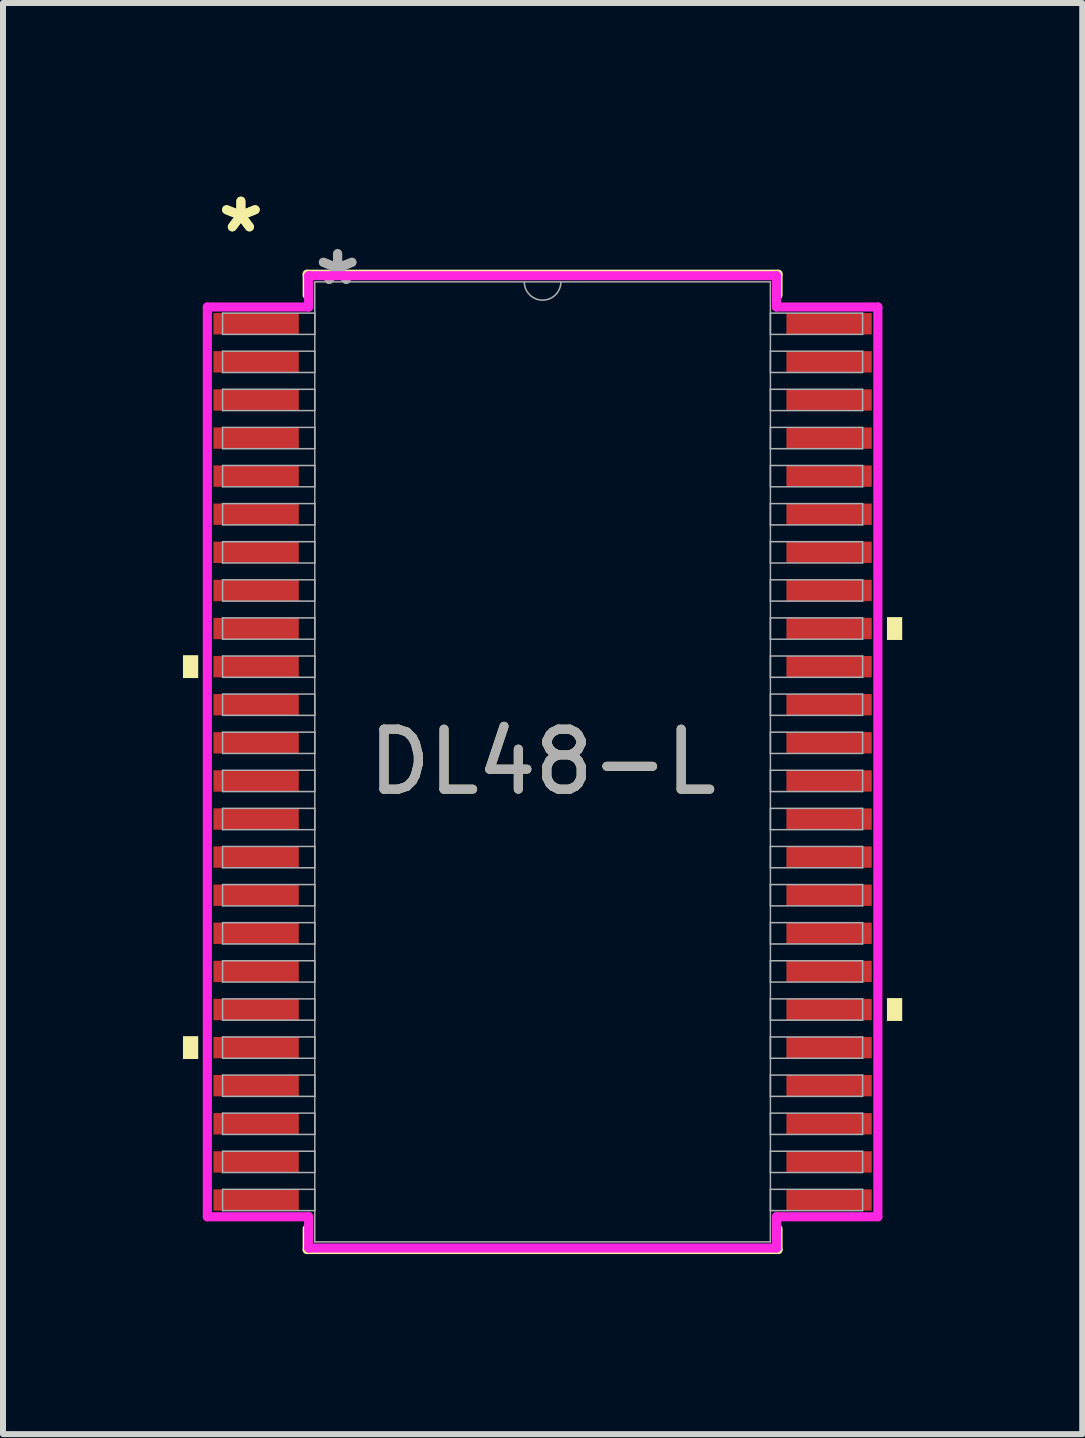
<source format=kicad_pcb>
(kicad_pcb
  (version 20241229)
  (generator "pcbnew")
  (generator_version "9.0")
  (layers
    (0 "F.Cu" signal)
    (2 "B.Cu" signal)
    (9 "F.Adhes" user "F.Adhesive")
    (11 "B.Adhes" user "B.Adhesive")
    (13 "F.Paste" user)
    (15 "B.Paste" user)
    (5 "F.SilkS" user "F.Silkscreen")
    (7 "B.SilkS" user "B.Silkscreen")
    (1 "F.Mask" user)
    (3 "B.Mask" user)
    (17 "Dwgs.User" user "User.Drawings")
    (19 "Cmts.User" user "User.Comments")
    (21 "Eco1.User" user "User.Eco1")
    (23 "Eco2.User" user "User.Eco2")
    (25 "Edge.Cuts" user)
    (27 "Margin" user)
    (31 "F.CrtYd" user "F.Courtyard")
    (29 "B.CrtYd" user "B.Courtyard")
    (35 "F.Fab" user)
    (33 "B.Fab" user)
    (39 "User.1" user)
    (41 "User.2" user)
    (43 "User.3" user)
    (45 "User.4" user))
  (footprint "DL48-L"
    (layer "F.Cu")
    (at 5.994 9.649)
    (property "Reference" "DL48-L" (at 0 0 0) (unlocked yes) (layer "F.SilkS") (effects (font (size 1 1) (thickness 0.15))))
    (attr smd)
    (fp_line (start -3.924 -8.128) (end -3.924 -7.782) (stroke (width 0.152) (type solid)) (layer "F.SilkS"))
    (fp_line (start -3.924 7.782) (end -3.924 8.128) (stroke (width 0.152) (type solid)) (layer "F.SilkS"))
    (fp_line (start -3.924 8.128) (end 3.924 8.128) (stroke (width 0.152) (type solid)) (layer "F.SilkS"))
    (fp_line (start 3.924 -8.128) (end -3.924 -8.128) (stroke (width 0.152) (type solid)) (layer "F.SilkS"))
    (fp_line (start 3.924 -7.782) (end 3.924 -8.128) (stroke (width 0.152) (type solid)) (layer "F.SilkS"))
    (fp_line (start 3.924 8.128) (end 3.924 7.782) (stroke (width 0.152) (type solid)) (layer "F.SilkS"))
    (fp_poly (pts (xy -5.994 -1.778) (xy -5.994 -1.397) (xy -5.74 -1.397) (xy -5.74 -1.778)) (stroke (width 0) (type solid)) (fill yes) (layer "F.SilkS"))
    (fp_poly (pts (xy -5.994 4.572) (xy -5.994 4.953) (xy -5.74 4.953) (xy -5.74 4.572)) (stroke (width 0) (type solid)) (fill yes) (layer "F.SilkS"))
    (fp_poly (pts (xy 5.994 -2.413) (xy 5.994 -2.032) (xy 5.74 -2.032) (xy 5.74 -2.413)) (stroke (width 0) (type solid)) (fill yes) (layer "F.SilkS"))
    (fp_poly (pts (xy 5.994 3.937) (xy 5.994 4.318) (xy 5.74 4.318) (xy 5.74 3.937)) (stroke (width 0) (type solid)) (fill yes) (layer "F.SilkS"))
    (fp_line (start -5.588 -7.582) (end -3.899 -7.582) (stroke (width 0.152) (type solid)) (layer "F.CrtYd"))
    (fp_line (start -5.588 7.582) (end -5.588 -7.582) (stroke (width 0.152) (type solid)) (layer "F.CrtYd"))
    (fp_line (start -5.588 7.582) (end -3.899 7.582) (stroke (width 0.152) (type solid)) (layer "F.CrtYd"))
    (fp_line (start -3.899 -8.103) (end 3.899 -8.103) (stroke (width 0.152) (type solid)) (layer "F.CrtYd"))
    (fp_line (start -3.899 -7.582) (end -3.899 -8.103) (stroke (width 0.152) (type solid)) (layer "F.CrtYd"))
    (fp_line (start -3.899 8.103) (end -3.899 7.582) (stroke (width 0.152) (type solid)) (layer "F.CrtYd"))
    (fp_line (start 3.899 -8.103) (end 3.899 -7.582) (stroke (width 0.152) (type solid)) (layer "F.CrtYd"))
    (fp_line (start 3.899 7.582) (end 3.899 8.103) (stroke (width 0.152) (type solid)) (layer "F.CrtYd"))
    (fp_line (start 3.899 8.103) (end -3.899 8.103) (stroke (width 0.152) (type solid)) (layer "F.CrtYd"))
    (fp_line (start 5.588 -7.582) (end 3.899 -7.582) (stroke (width 0.152) (type solid)) (layer "F.CrtYd"))
    (fp_line (start 5.588 -7.582) (end 5.588 7.582) (stroke (width 0.152) (type solid)) (layer "F.CrtYd"))
    (fp_line (start 5.588 7.582) (end 3.899 7.582) (stroke (width 0.152) (type solid)) (layer "F.CrtYd"))
    (fp_line (start -5.334 -7.48) (end -5.334 -7.125) (stroke (width 0.025) (type solid)) (layer "F.Fab"))
    (fp_line (start -5.334 -7.125) (end -3.797 -7.125) (stroke (width 0.025) (type solid)) (layer "F.Fab"))
    (fp_line (start -5.334 -6.845) (end -5.334 -6.49) (stroke (width 0.025) (type solid)) (layer "F.Fab"))
    (fp_line (start -5.334 -6.49) (end -3.797 -6.49) (stroke (width 0.025) (type solid)) (layer "F.Fab"))
    (fp_line (start -5.334 -6.21) (end -5.334 -5.855) (stroke (width 0.025) (type solid)) (layer "F.Fab"))
    (fp_line (start -5.334 -5.855) (end -3.797 -5.855) (stroke (width 0.025) (type solid)) (layer "F.Fab"))
    (fp_line (start -5.334 -5.575) (end -5.334 -5.22) (stroke (width 0.025) (type solid)) (layer "F.Fab"))
    (fp_line (start -5.334 -5.22) (end -3.797 -5.22) (stroke (width 0.025) (type solid)) (layer "F.Fab"))
    (fp_line (start -5.334 -4.94) (end -5.334 -4.585) (stroke (width 0.025) (type solid)) (layer "F.Fab"))
    (fp_line (start -5.334 -4.585) (end -3.797 -4.585) (stroke (width 0.025) (type solid)) (layer "F.Fab"))
    (fp_line (start -5.334 -4.305) (end -5.334 -3.95) (stroke (width 0.025) (type solid)) (layer "F.Fab"))
    (fp_line (start -5.334 -3.95) (end -3.797 -3.95) (stroke (width 0.025) (type solid)) (layer "F.Fab"))
    (fp_line (start -5.334 -3.67) (end -5.334 -3.315) (stroke (width 0.025) (type solid)) (layer "F.Fab"))
    (fp_line (start -5.334 -3.315) (end -3.797 -3.315) (stroke (width 0.025) (type solid)) (layer "F.Fab"))
    (fp_line (start -5.334 -3.035) (end -5.334 -2.68) (stroke (width 0.025) (type solid)) (layer "F.Fab"))
    (fp_line (start -5.334 -2.68) (end -3.797 -2.68) (stroke (width 0.025) (type solid)) (layer "F.Fab"))
    (fp_line (start -5.334 -2.4) (end -5.334 -2.045) (stroke (width 0.025) (type solid)) (layer "F.Fab"))
    (fp_line (start -5.334 -2.045) (end -3.797 -2.045) (stroke (width 0.025) (type solid)) (layer "F.Fab"))
    (fp_line (start -5.334 -1.765) (end -5.334 -1.41) (stroke (width 0.025) (type solid)) (layer "F.Fab"))
    (fp_line (start -5.334 -1.41) (end -3.797 -1.41) (stroke (width 0.025) (type solid)) (layer "F.Fab"))
    (fp_line (start -5.334 -1.13) (end -5.334 -0.775) (stroke (width 0.025) (type solid)) (layer "F.Fab"))
    (fp_line (start -5.334 -0.775) (end -3.797 -0.775) (stroke (width 0.025) (type solid)) (layer "F.Fab"))
    (fp_line (start -5.334 -0.495) (end -5.334 -0.14) (stroke (width 0.025) (type solid)) (layer "F.Fab"))
    (fp_line (start -5.334 -0.14) (end -3.797 -0.14) (stroke (width 0.025) (type solid)) (layer "F.Fab"))
    (fp_line (start -5.334 0.14) (end -5.334 0.495) (stroke (width 0.025) (type solid)) (layer "F.Fab"))
    (fp_line (start -5.334 0.495) (end -3.797 0.495) (stroke (width 0.025) (type solid)) (layer "F.Fab"))
    (fp_line (start -5.334 0.775) (end -5.334 1.13) (stroke (width 0.025) (type solid)) (layer "F.Fab"))
    (fp_line (start -5.334 1.13) (end -3.797 1.13) (stroke (width 0.025) (type solid)) (layer "F.Fab"))
    (fp_line (start -5.334 1.41) (end -5.334 1.765) (stroke (width 0.025) (type solid)) (layer "F.Fab"))
    (fp_line (start -5.334 1.765) (end -3.797 1.765) (stroke (width 0.025) (type solid)) (layer "F.Fab"))
    (fp_line (start -5.334 2.045) (end -5.334 2.4) (stroke (width 0.025) (type solid)) (layer "F.Fab"))
    (fp_line (start -5.334 2.4) (end -3.797 2.4) (stroke (width 0.025) (type solid)) (layer "F.Fab"))
    (fp_line (start -5.334 2.68) (end -5.334 3.035) (stroke (width 0.025) (type solid)) (layer "F.Fab"))
    (fp_line (start -5.334 3.035) (end -3.797 3.035) (stroke (width 0.025) (type solid)) (layer "F.Fab"))
    (fp_line (start -5.334 3.315) (end -5.334 3.67) (stroke (width 0.025) (type solid)) (layer "F.Fab"))
    (fp_line (start -5.334 3.67) (end -3.797 3.67) (stroke (width 0.025) (type solid)) (layer "F.Fab"))
    (fp_line (start -5.334 3.95) (end -5.334 4.305) (stroke (width 0.025) (type solid)) (layer "F.Fab"))
    (fp_line (start -5.334 4.305) (end -3.797 4.305) (stroke (width 0.025) (type solid)) (layer "F.Fab"))
    (fp_line (start -5.334 4.585) (end -5.334 4.94) (stroke (width 0.025) (type solid)) (layer "F.Fab"))
    (fp_line (start -5.334 4.94) (end -3.797 4.94) (stroke (width 0.025) (type solid)) (layer "F.Fab"))
    (fp_line (start -5.334 5.22) (end -5.334 5.575) (stroke (width 0.025) (type solid)) (layer "F.Fab"))
    (fp_line (start -5.334 5.575) (end -3.797 5.575) (stroke (width 0.025) (type solid)) (layer "F.Fab"))
    (fp_line (start -5.334 5.855) (end -5.334 6.21) (stroke (width 0.025) (type solid)) (layer "F.Fab"))
    (fp_line (start -5.334 6.21) (end -3.797 6.21) (stroke (width 0.025) (type solid)) (layer "F.Fab"))
    (fp_line (start -5.334 6.49) (end -5.334 6.845) (stroke (width 0.025) (type solid)) (layer "F.Fab"))
    (fp_line (start -5.334 6.845) (end -3.797 6.845) (stroke (width 0.025) (type solid)) (layer "F.Fab"))
    (fp_line (start -5.334 7.125) (end -5.334 7.48) (stroke (width 0.025) (type solid)) (layer "F.Fab"))
    (fp_line (start -5.334 7.48) (end -3.797 7.48) (stroke (width 0.025) (type solid)) (layer "F.Fab"))
    (fp_line (start -3.797 -8.001) (end -3.797 8.001) (stroke (width 0.025) (type solid)) (layer "F.Fab"))
    (fp_line (start -3.797 -7.48) (end -5.334 -7.48) (stroke (width 0.025) (type solid)) (layer "F.Fab"))
    (fp_line (start -3.797 -7.125) (end -3.797 -7.48) (stroke (width 0.025) (type solid)) (layer "F.Fab"))
    (fp_line (start -3.797 -6.845) (end -5.334 -6.845) (stroke (width 0.025) (type solid)) (layer "F.Fab"))
    (fp_line (start -3.797 -6.49) (end -3.797 -6.845) (stroke (width 0.025) (type solid)) (layer "F.Fab"))
    (fp_line (start -3.797 -6.21) (end -5.334 -6.21) (stroke (width 0.025) (type solid)) (layer "F.Fab"))
    (fp_line (start -3.797 -5.855) (end -3.797 -6.21) (stroke (width 0.025) (type solid)) (layer "F.Fab"))
    (fp_line (start -3.797 -5.575) (end -5.334 -5.575) (stroke (width 0.025) (type solid)) (layer "F.Fab"))
    (fp_line (start -3.797 -5.22) (end -3.797 -5.575) (stroke (width 0.025) (type solid)) (layer "F.Fab"))
    (fp_line (start -3.797 -4.94) (end -5.334 -4.94) (stroke (width 0.025) (type solid)) (layer "F.Fab"))
    (fp_line (start -3.797 -4.585) (end -3.797 -4.94) (stroke (width 0.025) (type solid)) (layer "F.Fab"))
    (fp_line (start -3.797 -4.305) (end -5.334 -4.305) (stroke (width 0.025) (type solid)) (layer "F.Fab"))
    (fp_line (start -3.797 -3.95) (end -3.797 -4.305) (stroke (width 0.025) (type solid)) (layer "F.Fab"))
    (fp_line (start -3.797 -3.67) (end -5.334 -3.67) (stroke (width 0.025) (type solid)) (layer "F.Fab"))
    (fp_line (start -3.797 -3.315) (end -3.797 -3.67) (stroke (width 0.025) (type solid)) (layer "F.Fab"))
    (fp_line (start -3.797 -3.035) (end -5.334 -3.035) (stroke (width 0.025) (type solid)) (layer "F.Fab"))
    (fp_line (start -3.797 -2.68) (end -3.797 -3.035) (stroke (width 0.025) (type solid)) (layer "F.Fab"))
    (fp_line (start -3.797 -2.4) (end -5.334 -2.4) (stroke (width 0.025) (type solid)) (layer "F.Fab"))
    (fp_line (start -3.797 -2.045) (end -3.797 -2.4) (stroke (width 0.025) (type solid)) (layer "F.Fab"))
    (fp_line (start -3.797 -1.765) (end -5.334 -1.765) (stroke (width 0.025) (type solid)) (layer "F.Fab"))
    (fp_line (start -3.797 -1.41) (end -3.797 -1.765) (stroke (width 0.025) (type solid)) (layer "F.Fab"))
    (fp_line (start -3.797 -1.13) (end -5.334 -1.13) (stroke (width 0.025) (type solid)) (layer "F.Fab"))
    (fp_line (start -3.797 -0.775) (end -3.797 -1.13) (stroke (width 0.025) (type solid)) (layer "F.Fab"))
    (fp_line (start -3.797 -0.495) (end -5.334 -0.495) (stroke (width 0.025) (type solid)) (layer "F.Fab"))
    (fp_line (start -3.797 -0.14) (end -3.797 -0.495) (stroke (width 0.025) (type solid)) (layer "F.Fab"))
    (fp_line (start -3.797 0.14) (end -5.334 0.14) (stroke (width 0.025) (type solid)) (layer "F.Fab"))
    (fp_line (start -3.797 0.495) (end -3.797 0.14) (stroke (width 0.025) (type solid)) (layer "F.Fab"))
    (fp_line (start -3.797 0.775) (end -5.334 0.775) (stroke (width 0.025) (type solid)) (layer "F.Fab"))
    (fp_line (start -3.797 1.13) (end -3.797 0.775) (stroke (width 0.025) (type solid)) (layer "F.Fab"))
    (fp_line (start -3.797 1.41) (end -5.334 1.41) (stroke (width 0.025) (type solid)) (layer "F.Fab"))
    (fp_line (start -3.797 1.765) (end -3.797 1.41) (stroke (width 0.025) (type solid)) (layer "F.Fab"))
    (fp_line (start -3.797 2.045) (end -5.334 2.045) (stroke (width 0.025) (type solid)) (layer "F.Fab"))
    (fp_line (start -3.797 2.4) (end -3.797 2.045) (stroke (width 0.025) (type solid)) (layer "F.Fab"))
    (fp_line (start -3.797 2.68) (end -5.334 2.68) (stroke (width 0.025) (type solid)) (layer "F.Fab"))
    (fp_line (start -3.797 3.035) (end -3.797 2.68) (stroke (width 0.025) (type solid)) (layer "F.Fab"))
    (fp_line (start -3.797 3.315) (end -5.334 3.315) (stroke (width 0.025) (type solid)) (layer "F.Fab"))
    (fp_line (start -3.797 3.67) (end -3.797 3.315) (stroke (width 0.025) (type solid)) (layer "F.Fab"))
    (fp_line (start -3.797 3.95) (end -5.334 3.95) (stroke (width 0.025) (type solid)) (layer "F.Fab"))
    (fp_line (start -3.797 4.305) (end -3.797 3.95) (stroke (width 0.025) (type solid)) (layer "F.Fab"))
    (fp_line (start -3.797 4.585) (end -5.334 4.585) (stroke (width 0.025) (type solid)) (layer "F.Fab"))
    (fp_line (start -3.797 4.94) (end -3.797 4.585) (stroke (width 0.025) (type solid)) (layer "F.Fab"))
    (fp_line (start -3.797 5.22) (end -5.334 5.22) (stroke (width 0.025) (type solid)) (layer "F.Fab"))
    (fp_line (start -3.797 5.575) (end -3.797 5.22) (stroke (width 0.025) (type solid)) (layer "F.Fab"))
    (fp_line (start -3.797 5.855) (end -5.334 5.855) (stroke (width 0.025) (type solid)) (layer "F.Fab"))
    (fp_line (start -3.797 6.21) (end -3.797 5.855) (stroke (width 0.025) (type solid)) (layer "F.Fab"))
    (fp_line (start -3.797 6.49) (end -5.334 6.49) (stroke (width 0.025) (type solid)) (layer "F.Fab"))
    (fp_line (start -3.797 6.845) (end -3.797 6.49) (stroke (width 0.025) (type solid)) (layer "F.Fab"))
    (fp_line (start -3.797 7.125) (end -5.334 7.125) (stroke (width 0.025) (type solid)) (layer "F.Fab"))
    (fp_line (start -3.797 7.48) (end -3.797 7.125) (stroke (width 0.025) (type solid)) (layer "F.Fab"))
    (fp_line (start -3.797 8.001) (end 3.797 8.001) (stroke (width 0.025) (type solid)) (layer "F.Fab"))
    (fp_line (start 3.797 -8.001) (end -3.797 -8.001) (stroke (width 0.025) (type solid)) (layer "F.Fab"))
    (fp_line (start 3.797 -7.48) (end 3.797 -7.125) (stroke (width 0.025) (type solid)) (layer "F.Fab"))
    (fp_line (start 3.797 -7.125) (end 5.334 -7.125) (stroke (width 0.025) (type solid)) (layer "F.Fab"))
    (fp_line (start 3.797 -6.845) (end 3.797 -6.49) (stroke (width 0.025) (type solid)) (layer "F.Fab"))
    (fp_line (start 3.797 -6.49) (end 5.334 -6.49) (stroke (width 0.025) (type solid)) (layer "F.Fab"))
    (fp_line (start 3.797 -6.21) (end 3.797 -5.855) (stroke (width 0.025) (type solid)) (layer "F.Fab"))
    (fp_line (start 3.797 -5.855) (end 5.334 -5.855) (stroke (width 0.025) (type solid)) (layer "F.Fab"))
    (fp_line (start 3.797 -5.575) (end 3.797 -5.22) (stroke (width 0.025) (type solid)) (layer "F.Fab"))
    (fp_line (start 3.797 -5.22) (end 5.334 -5.22) (stroke (width 0.025) (type solid)) (layer "F.Fab"))
    (fp_line (start 3.797 -4.94) (end 3.797 -4.585) (stroke (width 0.025) (type solid)) (layer "F.Fab"))
    (fp_line (start 3.797 -4.585) (end 5.334 -4.585) (stroke (width 0.025) (type solid)) (layer "F.Fab"))
    (fp_line (start 3.797 -4.305) (end 3.797 -3.95) (stroke (width 0.025) (type solid)) (layer "F.Fab"))
    (fp_line (start 3.797 -3.95) (end 5.334 -3.95) (stroke (width 0.025) (type solid)) (layer "F.Fab"))
    (fp_line (start 3.797 -3.67) (end 3.797 -3.315) (stroke (width 0.025) (type solid)) (layer "F.Fab"))
    (fp_line (start 3.797 -3.315) (end 5.334 -3.315) (stroke (width 0.025) (type solid)) (layer "F.Fab"))
    (fp_line (start 3.797 -3.035) (end 3.797 -2.68) (stroke (width 0.025) (type solid)) (layer "F.Fab"))
    (fp_line (start 3.797 -2.68) (end 5.334 -2.68) (stroke (width 0.025) (type solid)) (layer "F.Fab"))
    (fp_line (start 3.797 -2.4) (end 3.797 -2.045) (stroke (width 0.025) (type solid)) (layer "F.Fab"))
    (fp_line (start 3.797 -2.045) (end 5.334 -2.045) (stroke (width 0.025) (type solid)) (layer "F.Fab"))
    (fp_line (start 3.797 -1.765) (end 3.797 -1.41) (stroke (width 0.025) (type solid)) (layer "F.Fab"))
    (fp_line (start 3.797 -1.41) (end 5.334 -1.41) (stroke (width 0.025) (type solid)) (layer "F.Fab"))
    (fp_line (start 3.797 -1.13) (end 3.797 -0.775) (stroke (width 0.025) (type solid)) (layer "F.Fab"))
    (fp_line (start 3.797 -0.775) (end 5.334 -0.775) (stroke (width 0.025) (type solid)) (layer "F.Fab"))
    (fp_line (start 3.797 -0.495) (end 3.797 -0.14) (stroke (width 0.025) (type solid)) (layer "F.Fab"))
    (fp_line (start 3.797 -0.14) (end 5.334 -0.14) (stroke (width 0.025) (type solid)) (layer "F.Fab"))
    (fp_line (start 3.797 0.14) (end 3.797 0.495) (stroke (width 0.025) (type solid)) (layer "F.Fab"))
    (fp_line (start 3.797 0.495) (end 5.334 0.495) (stroke (width 0.025) (type solid)) (layer "F.Fab"))
    (fp_line (start 3.797 0.775) (end 3.797 1.13) (stroke (width 0.025) (type solid)) (layer "F.Fab"))
    (fp_line (start 3.797 1.13) (end 5.334 1.13) (stroke (width 0.025) (type solid)) (layer "F.Fab"))
    (fp_line (start 3.797 1.41) (end 3.797 1.765) (stroke (width 0.025) (type solid)) (layer "F.Fab"))
    (fp_line (start 3.797 1.765) (end 5.334 1.765) (stroke (width 0.025) (type solid)) (layer "F.Fab"))
    (fp_line (start 3.797 2.045) (end 3.797 2.4) (stroke (width 0.025) (type solid)) (layer "F.Fab"))
    (fp_line (start 3.797 2.4) (end 5.334 2.4) (stroke (width 0.025) (type solid)) (layer "F.Fab"))
    (fp_line (start 3.797 2.68) (end 3.797 3.035) (stroke (width 0.025) (type solid)) (layer "F.Fab"))
    (fp_line (start 3.797 3.035) (end 5.334 3.035) (stroke (width 0.025) (type solid)) (layer "F.Fab"))
    (fp_line (start 3.797 3.315) (end 3.797 3.67) (stroke (width 0.025) (type solid)) (layer "F.Fab"))
    (fp_line (start 3.797 3.67) (end 5.334 3.67) (stroke (width 0.025) (type solid)) (layer "F.Fab"))
    (fp_line (start 3.797 3.95) (end 3.797 4.305) (stroke (width 0.025) (type solid)) (layer "F.Fab"))
    (fp_line (start 3.797 4.305) (end 5.334 4.305) (stroke (width 0.025) (type solid)) (layer "F.Fab"))
    (fp_line (start 3.797 4.585) (end 3.797 4.94) (stroke (width 0.025) (type solid)) (layer "F.Fab"))
    (fp_line (start 3.797 4.94) (end 5.334 4.94) (stroke (width 0.025) (type solid)) (layer "F.Fab"))
    (fp_line (start 3.797 5.22) (end 3.797 5.575) (stroke (width 0.025) (type solid)) (layer "F.Fab"))
    (fp_line (start 3.797 5.575) (end 5.334 5.575) (stroke (width 0.025) (type solid)) (layer "F.Fab"))
    (fp_line (start 3.797 5.855) (end 3.797 6.21) (stroke (width 0.025) (type solid)) (layer "F.Fab"))
    (fp_line (start 3.797 6.21) (end 5.334 6.21) (stroke (width 0.025) (type solid)) (layer "F.Fab"))
    (fp_line (start 3.797 6.49) (end 3.797 6.845) (stroke (width 0.025) (type solid)) (layer "F.Fab"))
    (fp_line (start 3.797 6.845) (end 5.334 6.845) (stroke (width 0.025) (type solid)) (layer "F.Fab"))
    (fp_line (start 3.797 7.125) (end 3.797 7.48) (stroke (width 0.025) (type solid)) (layer "F.Fab"))
    (fp_line (start 3.797 7.48) (end 5.334 7.48) (stroke (width 0.025) (type solid)) (layer "F.Fab"))
    (fp_line (start 3.797 8.001) (end 3.797 -8.001) (stroke (width 0.025) (type solid)) (layer "F.Fab"))
    (fp_line (start 5.334 -7.48) (end 3.797 -7.48) (stroke (width 0.025) (type solid)) (layer "F.Fab"))
    (fp_line (start 5.334 -7.125) (end 5.334 -7.48) (stroke (width 0.025) (type solid)) (layer "F.Fab"))
    (fp_line (start 5.334 -6.845) (end 3.797 -6.845) (stroke (width 0.025) (type solid)) (layer "F.Fab"))
    (fp_line (start 5.334 -6.49) (end 5.334 -6.845) (stroke (width 0.025) (type solid)) (layer "F.Fab"))
    (fp_line (start 5.334 -6.21) (end 3.797 -6.21) (stroke (width 0.025) (type solid)) (layer "F.Fab"))
    (fp_line (start 5.334 -5.855) (end 5.334 -6.21) (stroke (width 0.025) (type solid)) (layer "F.Fab"))
    (fp_line (start 5.334 -5.575) (end 3.797 -5.575) (stroke (width 0.025) (type solid)) (layer "F.Fab"))
    (fp_line (start 5.334 -5.22) (end 5.334 -5.575) (stroke (width 0.025) (type solid)) (layer "F.Fab"))
    (fp_line (start 5.334 -4.94) (end 3.797 -4.94) (stroke (width 0.025) (type solid)) (layer "F.Fab"))
    (fp_line (start 5.334 -4.585) (end 5.334 -4.94) (stroke (width 0.025) (type solid)) (layer "F.Fab"))
    (fp_line (start 5.334 -4.305) (end 3.797 -4.305) (stroke (width 0.025) (type solid)) (layer "F.Fab"))
    (fp_line (start 5.334 -3.95) (end 5.334 -4.305) (stroke (width 0.025) (type solid)) (layer "F.Fab"))
    (fp_line (start 5.334 -3.67) (end 3.797 -3.67) (stroke (width 0.025) (type solid)) (layer "F.Fab"))
    (fp_line (start 5.334 -3.315) (end 5.334 -3.67) (stroke (width 0.025) (type solid)) (layer "F.Fab"))
    (fp_line (start 5.334 -3.035) (end 3.797 -3.035) (stroke (width 0.025) (type solid)) (layer "F.Fab"))
    (fp_line (start 5.334 -2.68) (end 5.334 -3.035) (stroke (width 0.025) (type solid)) (layer "F.Fab"))
    (fp_line (start 5.334 -2.4) (end 3.797 -2.4) (stroke (width 0.025) (type solid)) (layer "F.Fab"))
    (fp_line (start 5.334 -2.045) (end 5.334 -2.4) (stroke (width 0.025) (type solid)) (layer "F.Fab"))
    (fp_line (start 5.334 -1.765) (end 3.797 -1.765) (stroke (width 0.025) (type solid)) (layer "F.Fab"))
    (fp_line (start 5.334 -1.41) (end 5.334 -1.765) (stroke (width 0.025) (type solid)) (layer "F.Fab"))
    (fp_line (start 5.334 -1.13) (end 3.797 -1.13) (stroke (width 0.025) (type solid)) (layer "F.Fab"))
    (fp_line (start 5.334 -0.775) (end 5.334 -1.13) (stroke (width 0.025) (type solid)) (layer "F.Fab"))
    (fp_line (start 5.334 -0.495) (end 3.797 -0.495) (stroke (width 0.025) (type solid)) (layer "F.Fab"))
    (fp_line (start 5.334 -0.14) (end 5.334 -0.495) (stroke (width 0.025) (type solid)) (layer "F.Fab"))
    (fp_line (start 5.334 0.14) (end 3.797 0.14) (stroke (width 0.025) (type solid)) (layer "F.Fab"))
    (fp_line (start 5.334 0.495) (end 5.334 0.14) (stroke (width 0.025) (type solid)) (layer "F.Fab"))
    (fp_line (start 5.334 0.775) (end 3.797 0.775) (stroke (width 0.025) (type solid)) (layer "F.Fab"))
    (fp_line (start 5.334 1.13) (end 5.334 0.775) (stroke (width 0.025) (type solid)) (layer "F.Fab"))
    (fp_line (start 5.334 1.41) (end 3.797 1.41) (stroke (width 0.025) (type solid)) (layer "F.Fab"))
    (fp_line (start 5.334 1.765) (end 5.334 1.41) (stroke (width 0.025) (type solid)) (layer "F.Fab"))
    (fp_line (start 5.334 2.045) (end 3.797 2.045) (stroke (width 0.025) (type solid)) (layer "F.Fab"))
    (fp_line (start 5.334 2.4) (end 5.334 2.045) (stroke (width 0.025) (type solid)) (layer "F.Fab"))
    (fp_line (start 5.334 2.68) (end 3.797 2.68) (stroke (width 0.025) (type solid)) (layer "F.Fab"))
    (fp_line (start 5.334 3.035) (end 5.334 2.68) (stroke (width 0.025) (type solid)) (layer "F.Fab"))
    (fp_line (start 5.334 3.315) (end 3.797 3.315) (stroke (width 0.025) (type solid)) (layer "F.Fab"))
    (fp_line (start 5.334 3.67) (end 5.334 3.315) (stroke (width 0.025) (type solid)) (layer "F.Fab"))
    (fp_line (start 5.334 3.95) (end 3.797 3.95) (stroke (width 0.025) (type solid)) (layer "F.Fab"))
    (fp_line (start 5.334 4.305) (end 5.334 3.95) (stroke (width 0.025) (type solid)) (layer "F.Fab"))
    (fp_line (start 5.334 4.585) (end 3.797 4.585) (stroke (width 0.025) (type solid)) (layer "F.Fab"))
    (fp_line (start 5.334 4.94) (end 5.334 4.585) (stroke (width 0.025) (type solid)) (layer "F.Fab"))
    (fp_line (start 5.334 5.22) (end 3.797 5.22) (stroke (width 0.025) (type solid)) (layer "F.Fab"))
    (fp_line (start 5.334 5.575) (end 5.334 5.22) (stroke (width 0.025) (type solid)) (layer "F.Fab"))
    (fp_line (start 5.334 5.855) (end 3.797 5.855) (stroke (width 0.025) (type solid)) (layer "F.Fab"))
    (fp_line (start 5.334 6.21) (end 5.334 5.855) (stroke (width 0.025) (type solid)) (layer "F.Fab"))
    (fp_line (start 5.334 6.49) (end 3.797 6.49) (stroke (width 0.025) (type solid)) (layer "F.Fab"))
    (fp_line (start 5.334 6.845) (end 5.334 6.49) (stroke (width 0.025) (type solid)) (layer "F.Fab"))
    (fp_line (start 5.334 7.125) (end 3.797 7.125) (stroke (width 0.025) (type solid)) (layer "F.Fab"))
    (fp_line (start 5.334 7.48) (end 5.334 7.125) (stroke (width 0.025) (type solid)) (layer "F.Fab"))
    (fp_arc (start 0.3048 -8.001) (mid 0 -7.6962) (end -0.3048 -8.001) (stroke (width 0.0254) (type solid)) (layer "F.Fab"))
    (fp_text user "*" (at -5.029 -8.801 0) (layer "F.SilkS") (effects (font (size 1 1) (thickness 0.15))))
    (fp_text user "*" (at -5.029 -8.801 0) (unlocked yes) (layer "F.SilkS") (effects (font (size 1 1) (thickness 0.15))))
    (fp_text user "*" (at -3.416 -7.925 0) (layer "F.Fab") (effects (font (size 1 1) (thickness 0.15))))
    (fp_text user "${REFERENCE}" (at 0 0 0) (unlocked yes) (layer "F.Fab") (effects (font (size 1 1) (thickness 0.15))))
    (fp_text user "*" (at -3.416 -7.925 0) (unlocked yes) (layer "F.Fab") (effects (font (size 1 1) (thickness 0.15))))
    (pad "1" smd rect (at -4.775 -7.303) (size 1.422 0.356) (layers "F.Cu" "F.Mask" "F.Paste"))
    (pad "2" smd rect (at -4.775 -6.668) (size 1.422 0.356) (layers "F.Cu" "F.Mask" "F.Paste"))
    (pad "3" smd rect (at -4.775 -6.032) (size 1.422 0.356) (layers "F.Cu" "F.Mask" "F.Paste"))
    (pad "4" smd rect (at -4.775 -5.397) (size 1.422 0.356) (layers "F.Cu" "F.Mask" "F.Paste"))
    (pad "5" smd rect (at -4.775 -4.763) (size 1.422 0.356) (layers "F.Cu" "F.Mask" "F.Paste"))
    (pad "6" smd rect (at -4.775 -4.128) (size 1.422 0.356) (layers "F.Cu" "F.Mask" "F.Paste"))
    (pad "7" smd rect (at -4.775 -3.493) (size 1.422 0.356) (layers "F.Cu" "F.Mask" "F.Paste"))
    (pad "8" smd rect (at -4.775 -2.857) (size 1.422 0.356) (layers "F.Cu" "F.Mask" "F.Paste"))
    (pad "9" smd rect (at -4.775 -2.223) (size 1.422 0.356) (layers "F.Cu" "F.Mask" "F.Paste"))
    (pad "10" smd rect (at -4.775 -1.587) (size 1.422 0.356) (layers "F.Cu" "F.Mask" "F.Paste"))
    (pad "11" smd rect (at -4.775 -0.953) (size 1.422 0.356) (layers "F.Cu" "F.Mask" "F.Paste"))
    (pad "12" smd rect (at -4.775 -0.318) (size 1.422 0.356) (layers "F.Cu" "F.Mask" "F.Paste"))
    (pad "13" smd rect (at -4.775 0.318) (size 1.422 0.356) (layers "F.Cu" "F.Mask" "F.Paste"))
    (pad "14" smd rect (at -4.775 0.953) (size 1.422 0.356) (layers "F.Cu" "F.Mask" "F.Paste"))
    (pad "15" smd rect (at -4.775 1.587) (size 1.422 0.356) (layers "F.Cu" "F.Mask" "F.Paste"))
    (pad "16" smd rect (at -4.775 2.223) (size 1.422 0.356) (layers "F.Cu" "F.Mask" "F.Paste"))
    (pad "17" smd rect (at -4.775 2.857) (size 1.422 0.356) (layers "F.Cu" "F.Mask" "F.Paste"))
    (pad "18" smd rect (at -4.775 3.493) (size 1.422 0.356) (layers "F.Cu" "F.Mask" "F.Paste"))
    (pad "19" smd rect (at -4.775 4.128) (size 1.422 0.356) (layers "F.Cu" "F.Mask" "F.Paste"))
    (pad "20" smd rect (at -4.775 4.763) (size 1.422 0.356) (layers "F.Cu" "F.Mask" "F.Paste"))
    (pad "21" smd rect (at -4.775 5.397) (size 1.422 0.356) (layers "F.Cu" "F.Mask" "F.Paste"))
    (pad "22" smd rect (at -4.775 6.032) (size 1.422 0.356) (layers "F.Cu" "F.Mask" "F.Paste"))
    (pad "23" smd rect (at -4.775 6.668) (size 1.422 0.356) (layers "F.Cu" "F.Mask" "F.Paste"))
    (pad "24" smd rect (at -4.775 7.303) (size 1.422 0.356) (layers "F.Cu" "F.Mask" "F.Paste"))
    (pad "25" smd rect (at 4.775 7.303) (size 1.422 0.356) (layers "F.Cu" "F.Mask" "F.Paste"))
    (pad "26" smd rect (at 4.775 6.668) (size 1.422 0.356) (layers "F.Cu" "F.Mask" "F.Paste"))
    (pad "27" smd rect (at 4.775 6.032) (size 1.422 0.356) (layers "F.Cu" "F.Mask" "F.Paste"))
    (pad "28" smd rect (at 4.775 5.397) (size 1.422 0.356) (layers "F.Cu" "F.Mask" "F.Paste"))
    (pad "29" smd rect (at 4.775 4.763) (size 1.422 0.356) (layers "F.Cu" "F.Mask" "F.Paste"))
    (pad "30" smd rect (at 4.775 4.128) (size 1.422 0.356) (layers "F.Cu" "F.Mask" "F.Paste"))
    (pad "31" smd rect (at 4.775 3.493) (size 1.422 0.356) (layers "F.Cu" "F.Mask" "F.Paste"))
    (pad "32" smd rect (at 4.775 2.857) (size 1.422 0.356) (layers "F.Cu" "F.Mask" "F.Paste"))
    (pad "33" smd rect (at 4.775 2.223) (size 1.422 0.356) (layers "F.Cu" "F.Mask" "F.Paste"))
    (pad "34" smd rect (at 4.775 1.587) (size 1.422 0.356) (layers "F.Cu" "F.Mask" "F.Paste"))
    (pad "35" smd rect (at 4.775 0.953) (size 1.422 0.356) (layers "F.Cu" "F.Mask" "F.Paste"))
    (pad "36" smd rect (at 4.775 0.318) (size 1.422 0.356) (layers "F.Cu" "F.Mask" "F.Paste"))
    (pad "37" smd rect (at 4.775 -0.318) (size 1.422 0.356) (layers "F.Cu" "F.Mask" "F.Paste"))
    (pad "38" smd rect (at 4.775 -0.953) (size 1.422 0.356) (layers "F.Cu" "F.Mask" "F.Paste"))
    (pad "39" smd rect (at 4.775 -1.587) (size 1.422 0.356) (layers "F.Cu" "F.Mask" "F.Paste"))
    (pad "40" smd rect (at 4.775 -2.223) (size 1.422 0.356) (layers "F.Cu" "F.Mask" "F.Paste"))
    (pad "41" smd rect (at 4.775 -2.857) (size 1.422 0.356) (layers "F.Cu" "F.Mask" "F.Paste"))
    (pad "42" smd rect (at 4.775 -3.493) (size 1.422 0.356) (layers "F.Cu" "F.Mask" "F.Paste"))
    (pad "43" smd rect (at 4.775 -4.128) (size 1.422 0.356) (layers "F.Cu" "F.Mask" "F.Paste"))
    (pad "44" smd rect (at 4.775 -4.763) (size 1.422 0.356) (layers "F.Cu" "F.Mask" "F.Paste"))
    (pad "45" smd rect (at 4.775 -5.397) (size 1.422 0.356) (layers "F.Cu" "F.Mask" "F.Paste"))
    (pad "46" smd rect (at 4.775 -6.032) (size 1.422 0.356) (layers "F.Cu" "F.Mask" "F.Paste"))
    (pad "47" smd rect (at 4.775 -6.668) (size 1.422 0.356) (layers "F.Cu" "F.Mask" "F.Paste"))
    (pad "48" smd rect (at 4.775 -7.303) (size 1.422 0.356) (layers "F.Cu" "F.Mask" "F.Paste")))
  (gr_rect
    (start -3 -3)
    (end 14.989 20.854)
    (stroke (width 0.1) (type default))
    (fill no)
    (layer "Edge.Cuts")))
</source>
